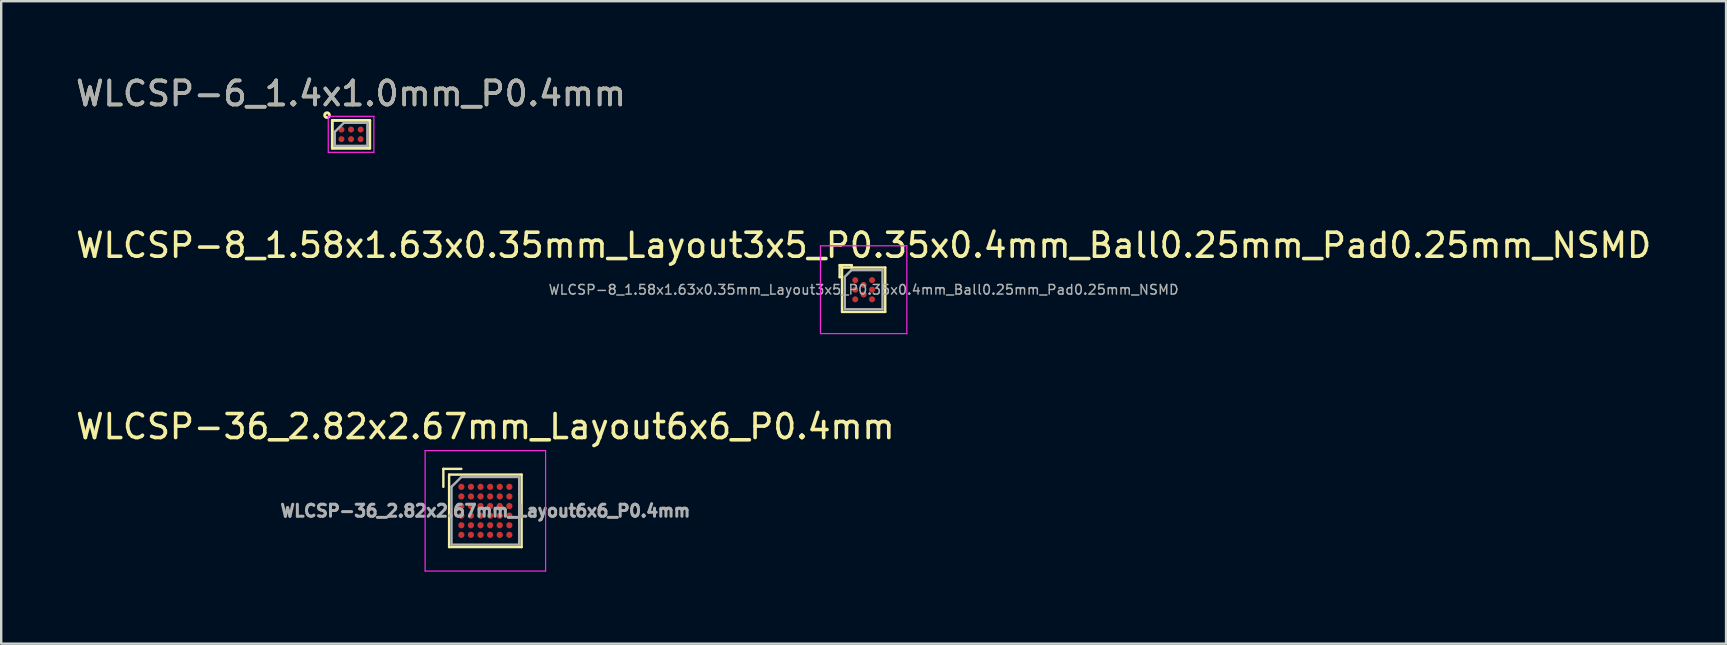
<source format=kicad_pcb>
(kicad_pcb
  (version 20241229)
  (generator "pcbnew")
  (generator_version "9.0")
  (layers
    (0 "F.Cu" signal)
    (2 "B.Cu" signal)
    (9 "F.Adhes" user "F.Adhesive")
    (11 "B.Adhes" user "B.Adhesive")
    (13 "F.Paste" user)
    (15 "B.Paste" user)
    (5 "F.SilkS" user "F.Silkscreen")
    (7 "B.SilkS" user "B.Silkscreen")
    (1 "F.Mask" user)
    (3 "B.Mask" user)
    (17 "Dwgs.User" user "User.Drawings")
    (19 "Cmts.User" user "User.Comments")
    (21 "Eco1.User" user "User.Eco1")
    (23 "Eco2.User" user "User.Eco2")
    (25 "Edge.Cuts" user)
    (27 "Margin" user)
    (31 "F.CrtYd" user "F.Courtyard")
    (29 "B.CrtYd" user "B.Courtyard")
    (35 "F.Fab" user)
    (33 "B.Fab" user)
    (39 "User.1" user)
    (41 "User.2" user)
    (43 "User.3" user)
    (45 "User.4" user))
  (footprint "WLCSP-6_1.4x1.0mm_P0.4mm"
    (layer "F.Cu")
    (at 11.577 2.548)
    (property "Reference" "WLCSP-6_1.4x1.0mm_P0.4mm" (at 0 -1.7 0) (layer "F.SilkS") (effects (font (size 1 1) (thickness 0.15))))
    (attr smd)
    (fp_line (start -0.78 -0.58) (end 0.78 -0.58) (stroke (width 0.12) (type solid)) (layer "F.SilkS"))
    (fp_line (start -0.78 0.58) (end -0.78 -0.58) (stroke (width 0.12) (type solid)) (layer "F.SilkS"))
    (fp_line (start 0.78 -0.58) (end 0.78 0.58) (stroke (width 0.12) (type solid)) (layer "F.SilkS"))
    (fp_line (start 0.78 0.58) (end -0.78 0.58) (stroke (width 0.12) (type solid)) (layer "F.SilkS"))
    (fp_circle (center -1 -0.8) (end -0.9 -0.8) (stroke (width 0.12) (type solid)) (fill no) (layer "F.SilkS"))
    (fp_line (start -0.95 -0.75) (end 0.95 -0.75) (stroke (width 0.05) (type solid)) (layer "F.CrtYd"))
    (fp_line (start -0.95 0.75) (end -0.95 -0.75) (stroke (width 0.05) (type solid)) (layer "F.CrtYd"))
    (fp_line (start 0.95 -0.75) (end 0.95 0.75) (stroke (width 0.05) (type solid)) (layer "F.CrtYd"))
    (fp_line (start 0.95 0.75) (end -0.95 0.75) (stroke (width 0.05) (type solid)) (layer "F.CrtYd"))
    (fp_line (start -0.68 -0.1) (end -0.3 -0.48) (stroke (width 0.1) (type solid)) (layer "F.Fab"))
    (fp_line (start -0.68 0.48) (end -0.68 -0.1) (stroke (width 0.1) (type solid)) (layer "F.Fab"))
    (fp_line (start -0.3 -0.48) (end 0.68 -0.48) (stroke (width 0.1) (type solid)) (layer "F.Fab"))
    (fp_line (start 0.68 -0.48) (end 0.68 0.48) (stroke (width 0.1) (type solid)) (layer "F.Fab"))
    (fp_line (start 0.68 0.48) (end -0.68 0.48) (stroke (width 0.1) (type solid)) (layer "F.Fab"))
    (fp_text user "${REFERENCE}" (at 0 -1.7 0) (layer "F.Fab") (effects (font (size 1 1) (thickness 0.15))))
    (pad "A1" smd circle (at -0.4 -0.2 90) (size 0.25 0.25) (layers "F.Cu" "F.Mask" "F.Paste"))
    (pad "A2" smd circle (at -0.4 0.2 90) (size 0.25 0.25) (layers "F.Cu" "F.Mask" "F.Paste"))
    (pad "B1" smd circle (at 0 -0.2 90) (size 0.25 0.25) (layers "F.Cu" "F.Mask" "F.Paste"))
    (pad "B2" smd circle (at 0 0.2 90) (size 0.25 0.25) (layers "F.Cu" "F.Mask" "F.Paste"))
    (pad "C1" smd circle (at 0.4 -0.2 90) (size 0.25 0.25) (layers "F.Cu" "F.Mask" "F.Paste"))
    (pad "C2" smd circle (at 0.4 0.2 90) (size 0.25 0.25) (layers "F.Cu" "F.Mask" "F.Paste")))
  (footprint "WLCSP-36_2.82x2.67mm_Layout6x6_P0.4mm"
    (layer "F.Cu")
    (at 17.173 18.235)
    (property "Reference" "WLCSP-36_2.82x2.67mm_Layout6x6_P0.4mm" (at 0 -3.51 0) (layer "F.SilkS") (effects (font (size 1 1) (thickness 0.15))))
    (attr smd)
    (fp_line (start -1.75 -1) (end -1.75 -1.75) (stroke (width 0.1) (type solid)) (layer "F.SilkS"))
    (fp_line (start -1.51 -1.51) (end 1.51 -1.51) (stroke (width 0.1) (type solid)) (layer "F.SilkS"))
    (fp_line (start -1.51 1.51) (end -1.51 -1.51) (stroke (width 0.1) (type solid)) (layer "F.SilkS"))
    (fp_line (start -1.51 1.51) (end 1.51 1.51) (stroke (width 0.1) (type solid)) (layer "F.SilkS"))
    (fp_line (start -1 -1.75) (end -1.75 -1.75) (stroke (width 0.1) (type solid)) (layer "F.SilkS"))
    (fp_line (start 1.51 1.51) (end 1.51 -1.51) (stroke (width 0.1) (type solid)) (layer "F.SilkS"))
    (fp_line (start -2.51 -2.51) (end 2.51 -2.51) (stroke (width 0.05) (type solid)) (layer "F.CrtYd"))
    (fp_line (start -2.51 2.51) (end -2.51 -2.51) (stroke (width 0.05) (type solid)) (layer "F.CrtYd"))
    (fp_line (start -2.51 2.51) (end 2.51 2.51) (stroke (width 0.05) (type solid)) (layer "F.CrtYd"))
    (fp_line (start 2.51 2.51) (end 2.51 -2.51) (stroke (width 0.05) (type solid)) (layer "F.CrtYd"))
    (fp_line (start -1.41 -1) (end -1 -1.41) (stroke (width 0.1) (type solid)) (layer "F.Fab"))
    (fp_line (start -1.41 1.41) (end -1.41 -1) (stroke (width 0.1) (type solid)) (layer "F.Fab"))
    (fp_line (start -1.41 1.41) (end 1.41 1.41) (stroke (width 0.1) (type solid)) (layer "F.Fab"))
    (fp_line (start -1 -1.41) (end 1.41 -1.41) (stroke (width 0.1) (type solid)) (layer "F.Fab"))
    (fp_line (start 1.41 1.41) (end 1.41 -1.41) (stroke (width 0.1) (type solid)) (layer "F.Fab"))
    (fp_text user "${REFERENCE}" (at 0 0 0) (layer "F.Fab") (effects (font (size 0.5 0.5) (thickness 0.125))))
    (pad "A1" smd circle (at -1 -1) (size 0.26 0.26) (layers "F.Cu" "F.Mask" "F.Paste"))
    (pad "A2" smd circle (at -0.6 -1) (size 0.26 0.26) (layers "F.Cu" "F.Mask" "F.Paste"))
    (pad "A3" smd circle (at -0.2 -1) (size 0.26 0.26) (layers "F.Cu" "F.Mask" "F.Paste"))
    (pad "A4" smd circle (at 0.2 -1) (size 0.26 0.26) (layers "F.Cu" "F.Mask" "F.Paste"))
    (pad "A5" smd circle (at 0.6 -1) (size 0.26 0.26) (layers "F.Cu" "F.Mask" "F.Paste"))
    (pad "A6" smd circle (at 1 -1) (size 0.26 0.26) (layers "F.Cu" "F.Mask" "F.Paste"))
    (pad "B1" smd circle (at -1 -0.6) (size 0.26 0.26) (layers "F.Cu" "F.Mask" "F.Paste"))
    (pad "B2" smd circle (at -0.6 -0.6) (size 0.26 0.26) (layers "F.Cu" "F.Mask" "F.Paste"))
    (pad "B3" smd circle (at -0.2 -0.6) (size 0.26 0.26) (layers "F.Cu" "F.Mask" "F.Paste"))
    (pad "B4" smd circle (at 0.2 -0.6) (size 0.26 0.26) (layers "F.Cu" "F.Mask" "F.Paste"))
    (pad "B5" smd circle (at 0.6 -0.6) (size 0.26 0.26) (layers "F.Cu" "F.Mask" "F.Paste"))
    (pad "B6" smd circle (at 1 -0.6) (size 0.26 0.26) (layers "F.Cu" "F.Mask" "F.Paste"))
    (pad "C1" smd circle (at -1 -0.2) (size 0.26 0.26) (layers "F.Cu" "F.Mask" "F.Paste"))
    (pad "C2" smd circle (at -0.6 -0.2) (size 0.26 0.26) (layers "F.Cu" "F.Mask" "F.Paste"))
    (pad "C3" smd circle (at -0.2 -0.2) (size 0.26 0.26) (layers "F.Cu" "F.Mask" "F.Paste"))
    (pad "C4" smd circle (at 0.2 -0.2) (size 0.26 0.26) (layers "F.Cu" "F.Mask" "F.Paste"))
    (pad "C5" smd circle (at 0.6 -0.2) (size 0.26 0.26) (layers "F.Cu" "F.Mask" "F.Paste"))
    (pad "C6" smd circle (at 1 -0.2) (size 0.26 0.26) (layers "F.Cu" "F.Mask" "F.Paste"))
    (pad "D1" smd circle (at -1 0.2) (size 0.26 0.26) (layers "F.Cu" "F.Mask" "F.Paste"))
    (pad "D2" smd circle (at -0.6 0.2) (size 0.26 0.26) (layers "F.Cu" "F.Mask" "F.Paste"))
    (pad "D3" smd circle (at -0.2 0.2) (size 0.26 0.26) (layers "F.Cu" "F.Mask" "F.Paste"))
    (pad "D4" smd circle (at 0.2 0.2) (size 0.26 0.26) (layers "F.Cu" "F.Mask" "F.Paste"))
    (pad "D5" smd circle (at 0.6 0.2) (size 0.26 0.26) (layers "F.Cu" "F.Mask" "F.Paste"))
    (pad "D6" smd circle (at 1 0.2) (size 0.26 0.26) (layers "F.Cu" "F.Mask" "F.Paste"))
    (pad "E1" smd circle (at -1 0.6) (size 0.26 0.26) (layers "F.Cu" "F.Mask" "F.Paste"))
    (pad "E2" smd circle (at -0.6 0.6) (size 0.26 0.26) (layers "F.Cu" "F.Mask" "F.Paste"))
    (pad "E3" smd circle (at -0.2 0.6) (size 0.26 0.26) (layers "F.Cu" "F.Mask" "F.Paste"))
    (pad "E4" smd circle (at 0.2 0.6) (size 0.26 0.26) (layers "F.Cu" "F.Mask" "F.Paste"))
    (pad "E5" smd circle (at 0.6 0.6) (size 0.26 0.26) (layers "F.Cu" "F.Mask" "F.Paste"))
    (pad "E6" smd circle (at 1 0.6) (size 0.26 0.26) (layers "F.Cu" "F.Mask" "F.Paste"))
    (pad "F1" smd circle (at -1 1) (size 0.26 0.26) (layers "F.Cu" "F.Mask" "F.Paste"))
    (pad "F2" smd circle (at -0.6 1) (size 0.26 0.26) (layers "F.Cu" "F.Mask" "F.Paste"))
    (pad "F3" smd circle (at -0.2 1) (size 0.26 0.26) (layers "F.Cu" "F.Mask" "F.Paste"))
    (pad "F4" smd circle (at 0.2 1) (size 0.26 0.26) (layers "F.Cu" "F.Mask" "F.Paste"))
    (pad "F5" smd circle (at 0.6 1) (size 0.26 0.26) (layers "F.Cu" "F.Mask" "F.Paste"))
    (pad "F6" smd circle (at 1 1) (size 0.26 0.26) (layers "F.Cu" "F.Mask" "F.Paste")))
  (footprint "WLCSP-8_1.58x1.63x0.35mm_Layout3x5_P0.35x0.4mm_Ball0.25mm_Pad0.25mm_NSMD"
    (layer "F.Cu")
    (at 32.935 9.021)
    (property "Reference" "WLCSP-8_1.58x1.63x0.35mm_Layout3x5_P0.35x0.4mm_Ball0.25mm_Pad0.25mm_NSMD" (at 0 -1.85 0) (layer "F.SilkS") (effects (font (size 1 1) (thickness 0.15))))
    (attr smd)
    (fp_line (start -1 -0.525) (end -1 -1.025) (stroke (width 0.1) (type solid)) (layer "F.SilkS"))
    (fp_line (start -1 -0.525) (end -0.9 -0.525) (stroke (width 0.1) (type solid)) (layer "F.SilkS"))
    (fp_line (start -0.95 -0.975) (end -0.9 -0.925) (stroke (width 0.1) (type solid)) (layer "F.SilkS"))
    (fp_line (start -0.9 0.925) (end -0.9 -0.925) (stroke (width 0.1) (type solid)) (layer "F.SilkS"))
    (fp_line (start -0.9 0.925) (end 0.9 0.925) (stroke (width 0.1) (type solid)) (layer "F.SilkS"))
    (fp_line (start -0.5 -1.025) (end -1 -1.025) (stroke (width 0.1) (type solid)) (layer "F.SilkS"))
    (fp_line (start -0.5 -1.025) (end -0.5 -0.925) (stroke (width 0.1) (type solid)) (layer "F.SilkS"))
    (fp_line (start 0.9 -0.925) (end -0.9 -0.925) (stroke (width 0.1) (type solid)) (layer "F.SilkS"))
    (fp_line (start 0.9 0.925) (end 0.9 -0.925) (stroke (width 0.1) (type solid)) (layer "F.SilkS"))
    (fp_line (start -1.8 1.8) (end -1.8 -1.83) (stroke (width 0.05) (type solid)) (layer "F.CrtYd"))
    (fp_line (start -1.8 1.83) (end 1.8 1.83) (stroke (width 0.05) (type solid)) (layer "F.CrtYd"))
    (fp_line (start 1.8 -1.83) (end -1.8 -1.83) (stroke (width 0.05) (type solid)) (layer "F.CrtYd"))
    (fp_line (start 1.8 1.83) (end 1.8 -1.83) (stroke (width 0.05) (type solid)) (layer "F.CrtYd"))
    (fp_line (start -0.787 -0.537) (end -0.787 0.816) (stroke (width 0.1) (type solid)) (layer "F.Fab"))
    (fp_line (start -0.787 -0.537) (end -0.509 -0.816) (stroke (width 0.1) (type solid)) (layer "F.Fab"))
    (fp_line (start -0.787 0.816) (end 0.787 0.816) (stroke (width 0.1) (type solid)) (layer "F.Fab"))
    (fp_line (start 0.787 -0.816) (end -0.509 -0.816) (stroke (width 0.1) (type solid)) (layer "F.Fab"))
    (fp_line (start 0.787 -0.816) (end 0.787 0.816) (stroke (width 0.1) (type solid)) (layer "F.Fab"))
    (fp_text user "${REFERENCE}" (at 0 0 0) (layer "F.Fab") (effects (font (size 0.4 0.4) (thickness 0.06))))
    (pad "A1" smd circle (at -0.35 -0.4) (size 0.25 0.25) (layers "F.Cu" "F.Mask" "F.Paste"))
    (pad "A3" smd circle (at 0.35 -0.4) (size 0.25 0.25) (layers "F.Cu" "F.Mask" "F.Paste"))
    (pad "B2" smd circle (at 0 -0.2) (size 0.25 0.25) (layers "F.Cu" "F.Mask" "F.Paste"))
    (pad "C1" smd circle (at -0.35 0) (size 0.25 0.25) (layers "F.Cu" "F.Mask" "F.Paste"))
    (pad "C3" smd circle (at 0.35 0) (size 0.25 0.25) (layers "F.Cu" "F.Mask" "F.Paste"))
    (pad "D2" smd circle (at 0 0.2) (size 0.25 0.25) (layers "F.Cu" "F.Mask" "F.Paste"))
    (pad "E1" smd circle (at -0.35 0.4) (size 0.25 0.25) (layers "F.Cu" "F.Mask" "F.Paste"))
    (pad "E3" smd circle (at 0.35 0.4) (size 0.25 0.25) (layers "F.Cu" "F.Mask" "F.Paste")))
  (gr_rect
    (start -3 -3)
    (end 68.869 23.77)
    (stroke (width 0.1) (type default))
    (fill no)
    (layer "Edge.Cuts")))
</source>
